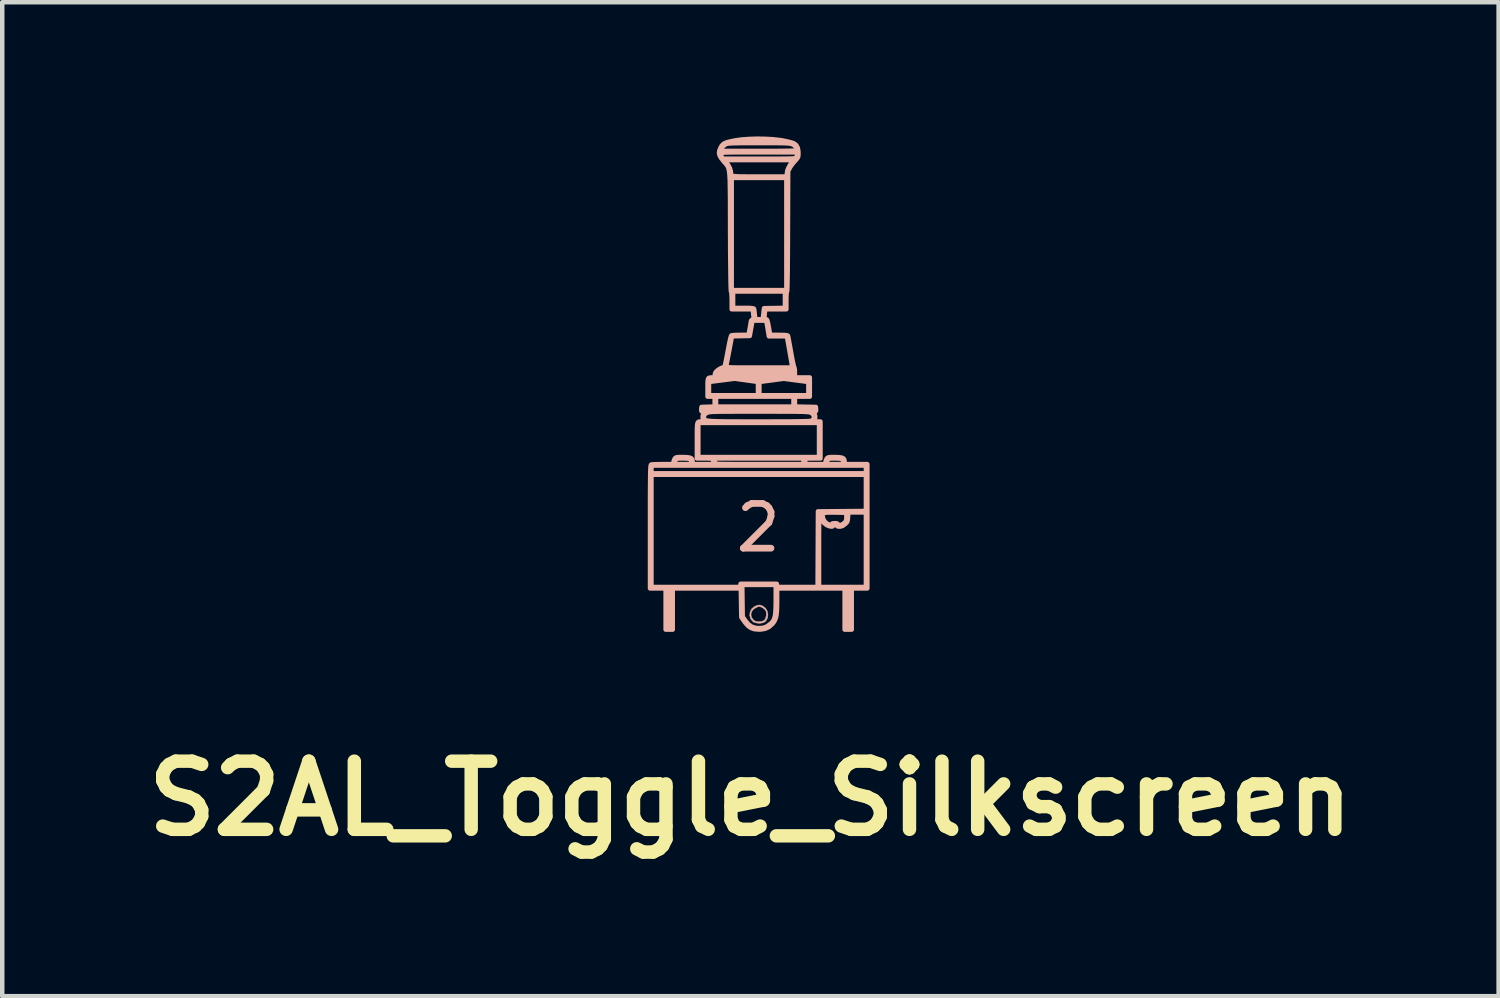
<source format=kicad_pcb>
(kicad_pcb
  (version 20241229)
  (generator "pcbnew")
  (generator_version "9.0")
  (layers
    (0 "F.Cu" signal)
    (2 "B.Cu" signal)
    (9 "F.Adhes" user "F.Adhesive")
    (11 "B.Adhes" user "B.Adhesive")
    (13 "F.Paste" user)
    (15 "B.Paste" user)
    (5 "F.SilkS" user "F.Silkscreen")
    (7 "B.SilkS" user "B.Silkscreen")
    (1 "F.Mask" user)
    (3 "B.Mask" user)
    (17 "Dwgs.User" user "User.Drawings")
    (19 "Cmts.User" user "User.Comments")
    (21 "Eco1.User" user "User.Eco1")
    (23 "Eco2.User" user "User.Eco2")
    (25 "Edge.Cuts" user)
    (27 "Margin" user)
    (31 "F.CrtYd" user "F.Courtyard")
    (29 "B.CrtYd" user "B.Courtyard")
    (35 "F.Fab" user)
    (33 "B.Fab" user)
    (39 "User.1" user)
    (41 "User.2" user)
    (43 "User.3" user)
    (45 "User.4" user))
  (footprint "S2AL_Toggle_Silkscreen"
    (layer "F.Cu")
    (at 13.773 5.673)
    (property "Reference" "S2AL_Toggle_Silkscreen" (at -0.05 9.125 0) (layer "F.SilkS") (effects (font (size 1.524 1.524) (thickness 0.3))))
    (attr through_hole)
    (fp_poly (pts (xy 0.18 4.804) (xy 0.226 4.824) (xy 0.229 4.825) (xy 0.287 4.871) (xy 0.325 4.933) (xy 0.342 5.004) (xy 0.336 5.076) (xy 0.306 5.141) (xy 0.274 5.176) (xy 0.227 5.198) (xy 0.163 5.208) (xy 0.095 5.204) (xy 0.035 5.188) (xy 0.006 5.171) (xy -0.044 5.11) (xy -0.065 5.037) (xy -0.063 5.015) (xy -0.038 5.015) (xy -0.024 5.078) (xy 0.02 5.137) (xy 0.03 5.146) (xy 0.076 5.168) (xy 0.137 5.175) (xy 0.2 5.169) (xy 0.251 5.149) (xy 0.26 5.143) (xy 0.289 5.101) (xy 0.305 5.041) (xy 0.306 4.977) (xy 0.296 4.934) (xy 0.269 4.896) (xy 0.222 4.862) (xy 0.214 4.858) (xy 0.174 4.839) (xy 0.146 4.833) (xy 0.116 4.841) (xy 0.08 4.856) (xy 0.015 4.898) (xy -0.025 4.953) (xy -0.038 5.015) (xy -0.063 5.015) (xy -0.057 4.959) (xy -0.056 4.953) (xy -0.019 4.884) (xy 0.039 4.835) (xy 0.103 4.808) (xy 0.144 4.8) (xy 0.18 4.804)) (stroke (width 0.01) (type solid)) (fill yes) (layer "B.SilkS"))
    (fp_poly (pts (xy 0.281 -5.62) (xy 0.45 -5.611) (xy 0.603 -5.594) (xy 0.675 -5.583) (xy 0.755 -5.566) (xy 0.829 -5.549) (xy 0.888 -5.532) (xy 0.924 -5.519) (xy 0.924 -5.519) (xy 0.976 -5.478) (xy 1.009 -5.419) (xy 1.023 -5.338) (xy 1.024 -5.302) (xy 1.023 -5.25) (xy 1.016 -5.214) (xy 0.999 -5.183) (xy 0.967 -5.145) (xy 0.946 -5.123) (xy 0.9 -5.069) (xy 0.857 -5.011) (xy 0.831 -4.969) (xy 0.794 -4.897) (xy 0.789 -3.552) (xy 0.788 -3.298) (xy 0.787 -3.069) (xy 0.785 -2.864) (xy 0.784 -2.686) (xy 0.781 -2.534) (xy 0.779 -2.41) (xy 0.777 -2.315) (xy 0.774 -2.249) (xy 0.771 -2.213) (xy 0.769 -2.207) (xy 0.763 -2.192) (xy 0.758 -2.149) (xy 0.755 -2.084) (xy 0.754 -2.008) (xy 0.754 -1.81) (xy 0.282 -1.81) (xy 0.272 -1.726) (xy 0.265 -1.66) (xy 0.263 -1.619) (xy 0.268 -1.597) (xy 0.28 -1.589) (xy 0.293 -1.587) (xy 0.308 -1.586) (xy 0.32 -1.578) (xy 0.329 -1.559) (xy 0.339 -1.524) (xy 0.351 -1.468) (xy 0.366 -1.385) (xy 0.392 -1.238) (xy 0.587 -1.238) (xy 0.674 -1.237) (xy 0.734 -1.234) (xy 0.77 -1.229) (xy 0.788 -1.221) (xy 0.791 -1.217) (xy 0.796 -1.195) (xy 0.805 -1.148) (xy 0.818 -1.078) (xy 0.834 -0.992) (xy 0.851 -0.895) (xy 0.858 -0.856) (xy 0.876 -0.756) (xy 0.893 -0.667) (xy 0.909 -0.594) (xy 0.921 -0.542) (xy 0.929 -0.514) (xy 0.931 -0.511) (xy 0.938 -0.493) (xy 0.943 -0.453) (xy 0.944 -0.398) (xy 0.945 -0.396) (xy 0.945 -0.286) (xy 1.278 -0.286) (xy 1.278 0.143) (xy 0.945 0.143) (xy 0.945 0.364) (xy 1.413 0.373) (xy 1.418 0.425) (xy 1.418 0.46) (xy 1.406 0.474) (xy 1.381 0.476) (xy 1.353 0.478) (xy 1.352 0.488) (xy 1.364 0.501) (xy 1.394 0.551) (xy 1.4 0.61) (xy 1.391 0.645) (xy 1.378 0.677) (xy 1.379 0.693) (xy 1.402 0.698) (xy 1.445 0.699) (xy 1.516 0.699) (xy 1.516 1.524) (xy 1.333 1.524) (xy 1.262 1.525) (xy 1.203 1.527) (xy 1.164 1.529) (xy 1.151 1.532) (xy 1.156 1.551) (xy 1.17 1.587) (xy 1.174 1.596) (xy 1.197 1.651) (xy 1.627 1.651) (xy 1.627 1.618) (xy 1.659 1.618) (xy 1.661 1.632) (xy 1.669 1.642) (xy 1.691 1.647) (xy 1.73 1.65) (xy 1.792 1.651) (xy 1.841 1.651) (xy 2.024 1.651) (xy 2.024 1.607) (xy 2.02 1.571) (xy 2.006 1.547) (xy 1.975 1.533) (xy 1.924 1.526) (xy 1.846 1.524) (xy 1.839 1.524) (xy 1.768 1.525) (xy 1.723 1.528) (xy 1.696 1.534) (xy 1.681 1.546) (xy 1.675 1.555) (xy 1.661 1.596) (xy 1.659 1.618) (xy 1.627 1.618) (xy 1.627 1.611) (xy 1.636 1.567) (xy 1.653 1.531) (xy 1.667 1.513) (xy 1.684 1.502) (xy 1.711 1.496) (xy 1.756 1.493) (xy 1.825 1.492) (xy 1.832 1.492) (xy 1.922 1.495) (xy 1.986 1.503) (xy 2.026 1.52) (xy 2.048 1.547) (xy 2.056 1.587) (xy 2.056 1.596) (xy 2.056 1.651) (xy 2.564 1.651) (xy 2.564 4.429) (xy 2.215 4.429) (xy 2.215 5.35) (xy 2.056 5.35) (xy 2.056 4.429) (xy 2.087 4.429) (xy 2.087 5.318) (xy 2.183 5.318) (xy 2.183 4.429) (xy 2.087 4.429) (xy 2.056 4.429) (xy 0.548 4.429) (xy 0.548 4.712) (xy 0.546 4.842) (xy 0.542 4.946) (xy 0.533 5.028) (xy 0.518 5.093) (xy 0.497 5.145) (xy 0.469 5.191) (xy 0.443 5.223) (xy 0.367 5.29) (xy 0.282 5.331) (xy 0.182 5.348) (xy 0.142 5.349) (xy 0.042 5.341) (xy -0.037 5.315) (xy -0.105 5.267) (xy -0.17 5.193) (xy -0.182 5.175) (xy -0.254 5.072) (xy -0.259 4.751) (xy -0.264 4.429) (xy -1.786 4.429) (xy -1.786 5.35) (xy -1.945 5.35) (xy -1.945 4.429) (xy -1.913 4.429) (xy -1.913 5.318) (xy -1.818 5.318) (xy -1.818 4.429) (xy -1.913 4.429) (xy -1.945 4.429) (xy -2.294 4.429) (xy -2.294 3.05) (xy -2.294 2.807) (xy -2.294 2.595) (xy -2.294 2.41) (xy -2.293 2.251) (xy -2.292 2.116) (xy -2.291 2.003) (xy -2.29 1.911) (xy -2.29 1.889) (xy -2.262 1.889) (xy -2.262 4.397) (xy -0.28 4.397) (xy -0.273 4.35) (xy -0.232 4.35) (xy -0.227 4.705) (xy -0.222 5.061) (xy -0.159 5.154) (xy -0.091 5.234) (xy -0.015 5.286) (xy 0.074 5.312) (xy 0.143 5.317) (xy 0.235 5.31) (xy 0.301 5.287) (xy 0.354 5.254) (xy 0.406 5.213) (xy 0.416 5.204) (xy 0.447 5.17) (xy 0.471 5.132) (xy 0.488 5.086) (xy 0.501 5.027) (xy 0.509 4.951) (xy 0.514 4.854) (xy 0.516 4.732) (xy 0.516 4.672) (xy 0.516 4.35) (xy -0.232 4.35) (xy -0.273 4.35) (xy -0.27 4.326) (xy 0.54 4.326) (xy 0.55 4.397) (xy 1.452 4.397) (xy 1.456 3.564) (xy 1.484 3.564) (xy 1.484 4.397) (xy 2.532 4.397) (xy 2.532 2.731) (xy 2.139 2.731) (xy 2.132 2.836) (xy 2.127 2.895) (xy 2.118 2.932) (xy 2.101 2.961) (xy 2.069 2.99) (xy 2.064 2.995) (xy 2.014 3.031) (xy 1.967 3.047) (xy 1.942 3.048) (xy 1.899 3.044) (xy 1.882 3.03) (xy 1.881 3.024) (xy 1.867 3.005) (xy 1.841 3) (xy 1.81 3.009) (xy 1.802 3.024) (xy 1.789 3.043) (xy 1.756 3.047) (xy 1.708 3.037) (xy 1.655 3.014) (xy 1.651 3.012) (xy 1.59 2.963) (xy 1.554 2.899) (xy 1.541 2.815) (xy 1.54 2.806) (xy 1.54 2.804) (xy 1.564 2.804) (xy 1.578 2.878) (xy 1.618 2.942) (xy 1.67 2.983) (xy 1.726 3.009) (xy 1.758 3.014) (xy 1.766 2.999) (xy 1.766 2.996) (xy 1.776 2.981) (xy 1.806 2.973) (xy 1.845 2.97) (xy 1.882 2.975) (xy 1.905 2.988) (xy 1.907 2.992) (xy 1.929 3.013) (xy 1.967 3.012) (xy 2.015 2.99) (xy 2.04 2.971) (xy 2.071 2.942) (xy 2.087 2.915) (xy 2.094 2.878) (xy 2.095 2.832) (xy 2.095 2.738) (xy 1.852 2.734) (xy 1.749 2.733) (xy 1.674 2.734) (xy 1.622 2.739) (xy 1.59 2.749) (xy 1.572 2.764) (xy 1.565 2.786) (xy 1.564 2.804) (xy 1.54 2.804) (xy 1.538 2.759) (xy 1.529 2.736) (xy 1.512 2.731) (xy 1.506 2.732) (xy 1.501 2.738) (xy 1.496 2.752) (xy 1.493 2.775) (xy 1.49 2.81) (xy 1.488 2.86) (xy 1.487 2.927) (xy 1.486 3.015) (xy 1.485 3.124) (xy 1.484 3.258) (xy 1.484 3.42) (xy 1.484 3.564) (xy 1.456 3.564) (xy 1.46 2.707) (xy 1.996 2.703) (xy 2.532 2.698) (xy 2.532 1.889) (xy -2.262 1.889) (xy -2.29 1.889) (xy -2.289 1.836) (xy -2.287 1.778) (xy -2.285 1.734) (xy -2.282 1.702) (xy -2.279 1.683) (xy -2.262 1.683) (xy -2.262 1.857) (xy 2.532 1.857) (xy 2.532 1.683) (xy -2.262 1.683) (xy -2.279 1.683) (xy -2.279 1.681) (xy -2.275 1.668) (xy -2.271 1.662) (xy -2.269 1.661) (xy -2.245 1.657) (xy -2.195 1.654) (xy -2.126 1.652) (xy -2.045 1.651) (xy -2.007 1.651) (xy -1.77 1.651) (xy -1.77 1.618) (xy -1.738 1.618) (xy -1.737 1.632) (xy -1.728 1.642) (xy -1.707 1.647) (xy -1.668 1.65) (xy -1.605 1.651) (xy -1.556 1.651) (xy -1.373 1.651) (xy -1.373 1.607) (xy -1.377 1.571) (xy -1.391 1.547) (xy -1.422 1.533) (xy -1.473 1.526) (xy -1.551 1.524) (xy -1.558 1.524) (xy -1.629 1.525) (xy -1.674 1.528) (xy -1.701 1.534) (xy -1.716 1.546) (xy -1.722 1.555) (xy -1.736 1.596) (xy -1.738 1.618) (xy -1.77 1.618) (xy -1.77 1.611) (xy -1.761 1.567) (xy -1.744 1.531) (xy -1.731 1.513) (xy -1.714 1.502) (xy -1.686 1.496) (xy -1.641 1.493) (xy -1.572 1.492) (xy -1.565 1.492) (xy -1.475 1.495) (xy -1.412 1.503) (xy -1.371 1.52) (xy -1.349 1.547) (xy -1.342 1.587) (xy -1.341 1.596) (xy -1.341 1.651) (xy -0.9 1.651) (xy -0.891 1.626) (xy -0.859 1.626) (xy -0.859 1.631) (xy -0.852 1.635) (xy -0.838 1.639) (xy -0.813 1.642) (xy -0.775 1.645) (xy -0.722 1.647) (xy -0.652 1.648) (xy -0.562 1.649) (xy -0.451 1.65) (xy -0.316 1.651) (xy -0.155 1.651) (xy 0.035 1.651) (xy 0.148 1.651) (xy 1.164 1.651) (xy 1.139 1.587) (xy 1.114 1.524) (xy -0.83 1.524) (xy -0.84 1.562) (xy -0.851 1.603) (xy -0.859 1.626) (xy -0.891 1.626) (xy -0.883 1.601) (xy -0.871 1.563) (xy -0.865 1.538) (xy -0.865 1.538) (xy -0.88 1.532) (xy -0.921 1.528) (xy -0.981 1.525) (xy -1.054 1.524) (xy -1.246 1.524) (xy -1.246 1.121) (xy -1.246 0.994) (xy -1.246 0.896) (xy -1.244 0.822) (xy -1.24 0.769) (xy -1.233 0.734) (xy -1.231 0.73) (xy -1.214 0.73) (xy -1.214 1.492) (xy 1.484 1.492) (xy 1.484 0.73) (xy -1.214 0.73) (xy -1.231 0.73) (xy -1.222 0.713) (xy -1.206 0.702) (xy -1.184 0.699) (xy -1.155 0.698) (xy -1.141 0.699) (xy -1.106 0.697) (xy -1.095 0.687) (xy -1.103 0.668) (xy -1.118 0.614) (xy -1.088 0.614) (xy -1.087 0.63) (xy -1.083 0.644) (xy -1.074 0.656) (xy -1.058 0.666) (xy -1.032 0.675) (xy -0.995 0.681) (xy -0.944 0.686) (xy -0.878 0.69) (xy -0.794 0.693) (xy -0.691 0.695) (xy -0.565 0.697) (xy -0.416 0.697) (xy -0.241 0.698) (xy -0.037 0.698) (xy 0.138 0.698) (xy 0.377 0.698) (xy 0.585 0.697) (xy 0.764 0.697) (xy 0.915 0.696) (xy 1.04 0.694) (xy 1.14 0.692) (xy 1.217 0.69) (xy 1.271 0.687) (xy 1.304 0.683) (xy 1.317 0.68) (xy 1.357 0.648) (xy 1.372 0.605) (xy 1.363 0.56) (xy 1.329 0.52) (xy 1.302 0.503) (xy 1.289 0.498) (xy 1.271 0.493) (xy 1.248 0.49) (xy 1.215 0.486) (xy 1.172 0.484) (xy 1.116 0.481) (xy 1.044 0.48) (xy 0.954 0.478) (xy 0.844 0.478) (xy 0.711 0.477) (xy 0.554 0.477) (xy 0.37 0.476) (xy 0.156 0.476) (xy 0.142 0.476) (xy -0.072 0.476) (xy -0.257 0.476) (xy -0.414 0.477) (xy -0.547 0.477) (xy -0.657 0.478) (xy -0.748 0.479) (xy -0.82 0.481) (xy -0.877 0.482) (xy -0.921 0.485) (xy -0.954 0.488) (xy -0.978 0.492) (xy -0.996 0.496) (xy -1.011 0.502) (xy -1.024 0.508) (xy -1.025 0.508) (xy -1.065 0.532) (xy -1.083 0.556) (xy -1.087 0.592) (xy -1.087 0.595) (xy -1.088 0.614) (xy -1.118 0.614) (xy -1.118 0.613) (xy -1.113 0.556) (xy -1.089 0.51) (xy -1.087 0.508) (xy -1.056 0.476) (xy -1.104 0.476) (xy -1.137 0.473) (xy -1.149 0.458) (xy -1.148 0.425) (xy -1.148 0.421) (xy -1.119 0.421) (xy -1.116 0.425) (xy -1.107 0.429) (xy -1.088 0.432) (xy -1.058 0.435) (xy -1.015 0.437) (xy -0.958 0.439) (xy -0.883 0.441) (xy -0.79 0.442) (xy -0.675 0.443) (xy -0.538 0.444) (xy -0.375 0.444) (xy -0.186 0.444) (xy 0.032 0.444) (xy 0.135 0.445) (xy 0.366 0.444) (xy 0.567 0.444) (xy 0.741 0.444) (xy 0.889 0.443) (xy 1.013 0.443) (xy 1.115 0.441) (xy 1.198 0.44) (xy 1.262 0.438) (xy 1.311 0.436) (xy 1.346 0.433) (xy 1.37 0.43) (xy 1.383 0.427) (xy 1.389 0.423) (xy 1.389 0.421) (xy 1.386 0.416) (xy 1.376 0.412) (xy 1.358 0.409) (xy 1.328 0.406) (xy 1.285 0.404) (xy 1.227 0.402) (xy 1.153 0.401) (xy 1.059 0.399) (xy 0.945 0.398) (xy 0.807 0.398) (xy 0.645 0.397) (xy 0.456 0.397) (xy 0.238 0.397) (xy 0.135 0.397) (xy -0.096 0.397) (xy -0.298 0.397) (xy -0.471 0.397) (xy -0.619 0.398) (xy -0.743 0.399) (xy -0.845 0.4) (xy -0.928 0.401) (xy -0.993 0.403) (xy -1.041 0.405) (xy -1.077 0.408) (xy -1.1 0.411) (xy -1.113 0.415) (xy -1.119 0.419) (xy -1.119 0.421) (xy -1.148 0.421) (xy -1.143 0.373) (xy -0.996 0.368) (xy -0.849 0.364) (xy -0.849 0.143) (xy -0.818 0.143) (xy -0.818 0.365) (xy 0.913 0.365) (xy 0.913 0.143) (xy -0.818 0.143) (xy -0.849 0.143) (xy -1.008 0.143) (xy -1.008 -0.062) (xy -1.008 -0.15) (xy -1.006 -0.185) (xy -0.976 -0.185) (xy -0.976 0.111) (xy 0.119 0.111) (xy 0.119 -0.185) (xy 0.151 -0.185) (xy 0.151 0.111) (xy 1.246 0.111) (xy 1.246 -0.185) (xy 0.97 -0.221) (xy 0.765 -0.248) (xy 1.061 -0.248) (xy 1.063 -0.245) (xy 1.09 -0.239) (xy 1.095 -0.238) (xy 1.172 -0.227) (xy 1.223 -0.226) (xy 1.245 -0.234) (xy 1.246 -0.238) (xy 1.231 -0.246) (xy 1.192 -0.251) (xy 1.139 -0.252) (xy 1.085 -0.25) (xy 1.061 -0.248) (xy 0.765 -0.248) (xy 0.694 -0.257) (xy 0.422 -0.221) (xy 0.151 -0.185) (xy 0.119 -0.185) (xy 0.119 -0.186) (xy -0.141 -0.222) (xy -0.298 -0.244) (xy -0.025 -0.244) (xy -0.023 -0.24) (xy -0.016 -0.238) (xy 0.078 -0.228) (xy 0.183 -0.227) (xy 0.279 -0.235) (xy 0.294 -0.237) (xy 0.313 -0.242) (xy 0.306 -0.246) (xy 0.271 -0.248) (xy 0.206 -0.25) (xy 0.143 -0.25) (xy 0.06 -0.249) (xy 0.003 -0.247) (xy -0.025 -0.244) (xy -0.298 -0.244) (xy -0.402 -0.258) (xy -0.976 -0.185) (xy -1.006 -0.185) (xy -1.005 -0.211) (xy -1.001 -0.237) (xy -0.976 -0.237) (xy -0.963 -0.228) (xy -0.92 -0.227) (xy -0.869 -0.231) (xy -0.814 -0.237) (xy -0.774 -0.243) (xy -0.755 -0.248) (xy -0.755 -0.248) (xy -0.767 -0.251) (xy -0.802 -0.253) (xy -0.855 -0.254) (xy -0.863 -0.254) (xy -0.926 -0.252) (xy -0.965 -0.245) (xy -0.976 -0.237) (xy -1.001 -0.237) (xy -0.998 -0.251) (xy -0.985 -0.273) (xy -0.962 -0.283) (xy -0.928 -0.286) (xy -0.905 -0.286) (xy -0.869 -0.288) (xy -0.853 -0.303) (xy -0.847 -0.338) (xy -0.846 -0.345) (xy -0.839 -0.381) (xy -0.818 -0.381) (xy -0.818 -0.286) (xy 0.913 -0.286) (xy 0.913 -0.381) (xy -0.818 -0.381) (xy -0.839 -0.381) (xy -0.838 -0.385) (xy -0.82 -0.413) (xy -0.774 -0.413) (xy 0.069 -0.413) (xy 0.254 -0.413) (xy 0.41 -0.413) (xy 0.539 -0.413) (xy 0.644 -0.414) (xy 0.727 -0.415) (xy 0.791 -0.416) (xy 0.838 -0.419) (xy 0.871 -0.421) (xy 0.893 -0.425) (xy 0.905 -0.429) (xy 0.911 -0.435) (xy 0.913 -0.441) (xy 0.913 -0.445) (xy 0.912 -0.452) (xy 0.908 -0.458) (xy 0.899 -0.463) (xy 0.882 -0.466) (xy 0.854 -0.47) (xy 0.812 -0.472) (xy 0.755 -0.474) (xy 0.679 -0.475) (xy 0.582 -0.476) (xy 0.462 -0.476) (xy 0.315 -0.476) (xy 0.14 -0.476) (xy 0.11 -0.476) (xy -0.071 -0.476) (xy -0.222 -0.476) (xy -0.347 -0.476) (xy -0.449 -0.475) (xy -0.529 -0.474) (xy -0.591 -0.472) (xy -0.638 -0.469) (xy -0.672 -0.466) (xy -0.696 -0.462) (xy -0.713 -0.457) (xy -0.725 -0.451) (xy -0.734 -0.445) (xy -0.774 -0.413) (xy -0.82 -0.413) (xy -0.816 -0.418) (xy -0.774 -0.455) (xy -0.773 -0.456) (xy -0.727 -0.485) (xy -0.685 -0.504) (xy -0.667 -0.508) (xy -0.655 -0.508) (xy -0.645 -0.511) (xy -0.636 -0.519) (xy -0.63 -0.532) (xy -0.592 -0.532) (xy -0.59 -0.526) (xy -0.581 -0.521) (xy -0.564 -0.517) (xy -0.535 -0.514) (xy -0.492 -0.512) (xy -0.433 -0.51) (xy -0.354 -0.509) (xy -0.253 -0.508) (xy -0.127 -0.508) (xy 0.027 -0.508) (xy 0.143 -0.508) (xy 0.885 -0.508) (xy 0.875 -0.575) (xy 0.869 -0.613) (xy 0.858 -0.676) (xy 0.844 -0.756) (xy 0.828 -0.848) (xy 0.815 -0.925) (xy 0.765 -1.206) (xy 0.363 -1.206) (xy 0.305 -1.556) (xy -0.003 -1.556) (xy -0.033 -1.385) (xy -0.064 -1.214) (xy -0.263 -1.21) (xy -0.462 -1.206) (xy -0.522 -0.888) (xy -0.541 -0.79) (xy -0.558 -0.701) (xy -0.573 -0.626) (xy -0.584 -0.571) (xy -0.59 -0.542) (xy -0.591 -0.539) (xy -0.592 -0.532) (xy -0.63 -0.532) (xy -0.627 -0.538) (xy -0.618 -0.568) (xy -0.607 -0.616) (xy -0.593 -0.682) (xy -0.576 -0.772) (xy -0.554 -0.889) (xy -0.545 -0.937) (xy -0.528 -1.027) (xy -0.511 -1.106) (xy -0.496 -1.17) (xy -0.484 -1.211) (xy -0.477 -1.226) (xy -0.455 -1.231) (xy -0.409 -1.235) (xy -0.345 -1.237) (xy -0.276 -1.238) (xy -0.091 -1.238) (xy -0.066 -1.379) (xy -0.054 -1.445) (xy -0.045 -1.501) (xy -0.04 -1.537) (xy -0.04 -1.545) (xy -0.026 -1.569) (xy -0.006 -1.58) (xy 0.014 -1.59) (xy 0.022 -1.61) (xy 0.02 -1.649) (xy 0.018 -1.663) (xy 0.012 -1.716) (xy 0.008 -1.762) (xy 0.008 -1.772) (xy 0.008 -1.81) (xy -0.468 -1.81) (xy -0.468 -2.008) (xy -0.47 -2.09) (xy -0.473 -2.153) (xy -0.478 -2.193) (xy -0.484 -2.207) (xy -0.437 -2.207) (xy -0.437 -1.841) (xy -0.206 -1.841) (xy -0.108 -1.841) (xy -0.039 -1.838) (xy 0.005 -1.833) (xy 0.027 -1.826) (xy 0.031 -1.822) (xy 0.036 -1.796) (xy 0.042 -1.75) (xy 0.048 -1.695) (xy 0.058 -1.587) (xy 0.226 -1.587) (xy 0.24 -1.711) (xy 0.254 -1.834) (xy 0.488 -1.838) (xy 0.722 -1.842) (xy 0.722 -2.207) (xy -0.437 -2.207) (xy -0.484 -2.207) (xy -0.487 -2.222) (xy -0.489 -2.269) (xy -0.492 -2.345) (xy -0.494 -2.45) (xy -0.496 -2.584) (xy -0.498 -2.744) (xy -0.5 -2.93) (xy -0.502 -3.141) (xy -0.503 -3.376) (xy -0.504 -3.552) (xy -0.504 -3.794) (xy -0.505 -4.007) (xy -0.505 -4.192) (xy -0.506 -4.352) (xy -0.508 -4.489) (xy -0.51 -4.604) (xy -0.512 -4.701) (xy -0.515 -4.747) (xy -0.468 -4.747) (xy -0.468 -2.238) (xy 0.754 -2.238) (xy 0.754 -4.747) (xy -0.468 -4.747) (xy -0.515 -4.747) (xy -0.516 -4.781) (xy -0.521 -4.846) (xy -0.528 -4.899) (xy -0.536 -4.941) (xy -0.546 -4.975) (xy -0.559 -5.003) (xy -0.573 -5.027) (xy -0.59 -5.05) (xy -0.61 -5.072) (xy -0.632 -5.097) (xy -0.651 -5.119) (xy -0.67 -5.144) (xy -0.63 -5.144) (xy -0.586 -5.092) (xy -0.542 -5.029) (xy -0.508 -4.961) (xy -0.488 -4.897) (xy -0.485 -4.871) (xy -0.485 -4.848) (xy -0.484 -4.829) (xy -0.479 -4.813) (xy -0.467 -4.802) (xy -0.445 -4.793) (xy -0.411 -4.787) (xy -0.36 -4.782) (xy -0.292 -4.78) (xy -0.201 -4.779) (xy -0.087 -4.778) (xy 0.055 -4.778) (xy 0.143 -4.778) (xy 0.75 -4.778) (xy 0.76 -4.814) (xy 0.768 -4.859) (xy 0.77 -4.883) (xy 0.778 -4.92) (xy 0.8 -4.972) (xy 0.83 -5.029) (xy 0.863 -5.08) (xy 0.885 -5.108) (xy 0.918 -5.144) (xy -0.63 -5.144) (xy -0.67 -5.144) (xy -0.708 -5.192) (xy -0.741 -5.253) (xy -0.748 -5.289) (xy -0.722 -5.289) (xy -0.713 -5.256) (xy -0.69 -5.218) (xy -0.689 -5.217) (xy -0.657 -5.175) (xy 0.151 -5.175) (xy 0.332 -5.175) (xy 0.484 -5.175) (xy 0.609 -5.176) (xy 0.711 -5.177) (xy 0.791 -5.178) (xy 0.852 -5.179) (xy 0.898 -5.182) (xy 0.93 -5.185) (xy 0.951 -5.189) (xy 0.964 -5.194) (xy 0.971 -5.199) (xy 0.976 -5.206) (xy 0.989 -5.246) (xy 0.992 -5.277) (xy 0.992 -5.318) (xy 0.135 -5.318) (xy -0.052 -5.318) (xy -0.209 -5.318) (xy -0.34 -5.318) (xy -0.446 -5.317) (xy -0.531 -5.316) (xy -0.596 -5.314) (xy -0.645 -5.312) (xy -0.679 -5.309) (xy -0.701 -5.306) (xy -0.714 -5.302) (xy -0.721 -5.296) (xy -0.722 -5.29) (xy -0.722 -5.289) (xy -0.748 -5.289) (xy -0.752 -5.308) (xy -0.745 -5.35) (xy -0.722 -5.35) (xy 0.135 -5.35) (xy 0.323 -5.35) (xy 0.482 -5.35) (xy 0.613 -5.351) (xy 0.721 -5.352) (xy 0.806 -5.353) (xy 0.872 -5.355) (xy 0.92 -5.357) (xy 0.954 -5.36) (xy 0.976 -5.363) (xy 0.988 -5.368) (xy 0.992 -5.373) (xy 0.992 -5.375) (xy 0.977 -5.427) (xy 0.931 -5.473) (xy 0.897 -5.493) (xy 0.881 -5.5) (xy 0.863 -5.507) (xy 0.84 -5.512) (xy 0.809 -5.516) (xy 0.768 -5.519) (xy 0.713 -5.521) (xy 0.641 -5.523) (xy 0.548 -5.524) (xy 0.433 -5.524) (xy 0.292 -5.524) (xy 0.143 -5.524) (xy -0.024 -5.524) (xy -0.163 -5.524) (xy -0.275 -5.524) (xy -0.365 -5.522) (xy -0.436 -5.521) (xy -0.489 -5.518) (xy -0.529 -5.515) (xy -0.559 -5.511) (xy -0.581 -5.506) (xy -0.598 -5.499) (xy -0.608 -5.494) (xy -0.664 -5.451) (xy -0.695 -5.407) (xy -0.722 -5.35) (xy -0.745 -5.35) (xy -0.742 -5.366) (xy -0.717 -5.423) (xy -0.693 -5.465) (xy -0.664 -5.498) (xy -0.625 -5.523) (xy -0.572 -5.544) (xy -0.499 -5.563) (xy -0.468 -5.569) (xy -0.258 -5.569) (xy -0.232 -5.566) (xy -0.178 -5.563) (xy -0.096 -5.561) (xy 0.01 -5.56) (xy 0.135 -5.56) (xy 0.248 -5.56) (xy 0.348 -5.562) (xy 0.431 -5.563) (xy 0.493 -5.566) (xy 0.531 -5.568) (xy 0.542 -5.571) (xy 0.54 -5.572) (xy 0.506 -5.576) (xy 0.447 -5.58) (xy 0.368 -5.582) (xy 0.275 -5.584) (xy 0.175 -5.585) (xy 0.072 -5.585) (xy -0.027 -5.584) (xy -0.115 -5.582) (xy -0.188 -5.579) (xy -0.238 -5.575) (xy -0.254 -5.573) (xy -0.258 -5.569) (xy -0.468 -5.569) (xy -0.4 -5.583) (xy -0.371 -5.588) (xy -0.231 -5.607) (xy -0.069 -5.618) (xy 0.105 -5.623) (xy 0.281 -5.62)) (stroke (width 0.1) (type solid)) (fill yes) (layer "B.SilkS"))
    (fp_text user "2" (at 0.125 3.075 0) (layer "B.SilkS") (effects (font (size 1 1) (thickness 0.15)))))
  (gr_rect
    (start -3 -3)
    (end 30.447 19.216)
    (stroke (width 0.1) (type default))
    (fill no)
    (layer "Edge.Cuts")))
</source>
